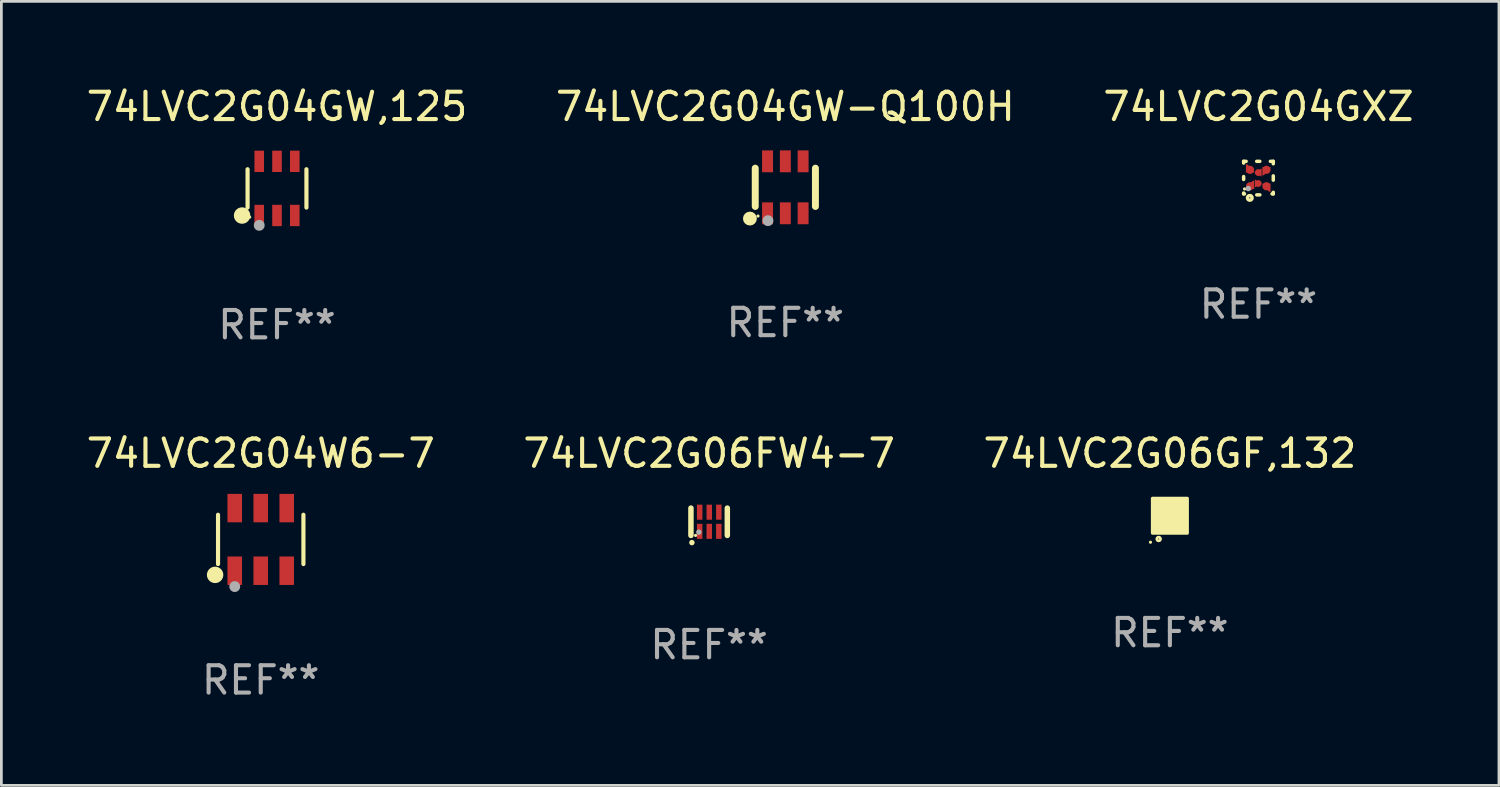
<source format=kicad_pcb>
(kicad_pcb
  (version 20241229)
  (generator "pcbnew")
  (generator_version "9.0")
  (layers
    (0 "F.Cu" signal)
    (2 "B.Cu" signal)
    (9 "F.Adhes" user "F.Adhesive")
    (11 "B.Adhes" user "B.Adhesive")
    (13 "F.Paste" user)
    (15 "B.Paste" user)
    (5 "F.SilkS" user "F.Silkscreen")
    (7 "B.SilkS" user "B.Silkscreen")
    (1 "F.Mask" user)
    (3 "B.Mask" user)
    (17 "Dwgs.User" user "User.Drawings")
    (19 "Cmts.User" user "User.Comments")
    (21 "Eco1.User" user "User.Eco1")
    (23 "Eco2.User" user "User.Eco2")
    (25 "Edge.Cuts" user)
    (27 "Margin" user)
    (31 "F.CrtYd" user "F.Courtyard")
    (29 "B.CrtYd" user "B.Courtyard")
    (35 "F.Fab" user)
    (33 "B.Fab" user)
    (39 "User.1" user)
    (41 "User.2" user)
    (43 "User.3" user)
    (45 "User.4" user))
  (footprint "74LVC2G04GXZ"
    (layer "F.Cu")
    (at 42.958 3.461)
    (property "Reference" "74LVC2G04GXZ" (at 0 -2.613 0) (layer "F.SilkS") (effects (font (size 1 1) (thickness 0.15))))
    (attr through_hole)
    (fp_line (start -0.542 -0.613) (end -0.451 -0.613) (stroke (width 0.127) (type solid)) (layer "F.SilkS"))
    (fp_line (start -0.542 -0.55) (end -0.542 -0.613) (stroke (width 0.127) (type solid)) (layer "F.SilkS"))
    (fp_line (start -0.542 0.05) (end -0.542 -0.055) (stroke (width 0.127) (type solid)) (layer "F.SilkS"))
    (fp_line (start -0.542 0.577) (end -0.542 0.545) (stroke (width 0.127) (type solid)) (layer "F.SilkS"))
    (fp_line (start -0.512 0.577) (end -0.542 0.577) (stroke (width 0.127) (type solid)) (layer "F.SilkS"))
    (fp_line (start -0.064 -0.613) (end 0.049 -0.613) (stroke (width 0.127) (type solid)) (layer "F.SilkS"))
    (fp_line (start -0.062 0.613) (end 0.051 0.613) (stroke (width 0.127) (type solid)) (layer "F.SilkS"))
    (fp_line (start 0.436 -0.613) (end 0.542 -0.613) (stroke (width 0.127) (type solid)) (layer "F.SilkS"))
    (fp_line (start 0.542 -0.613) (end 0.542 -0.524) (stroke (width 0.127) (type solid)) (layer "F.SilkS"))
    (fp_line (start 0.542 -0.081) (end 0.542 0.076) (stroke (width 0.127) (type solid)) (layer "F.SilkS"))
    (fp_line (start 0.542 0.519) (end 0.542 0.577) (stroke (width 0.127) (type solid)) (layer "F.SilkS"))
    (fp_line (start 0.542 0.577) (end 0.497 0.577) (stroke (width 0.127) (type solid)) (layer "F.SilkS"))
    (fp_circle (center -0.508 0.397) (end -0.478 0.397) (stroke (width 0.06) (type solid)) (fill no) (layer "F.SilkS"))
    (fp_circle (center -0.317 0.723) (end -0.296 0.723) (stroke (width 0.127) (type solid)) (fill no) (layer "F.SilkS"))
    (fp_circle (center -0.373 0.382) (end -0.322 0.382) (stroke (width 0.1) (type solid)) (fill no) (layer "F.Fab"))
    (fp_text user "REF**" (at 0 4.613 0) (layer "F.Fab") (effects (font (size 1 1) (thickness 0.15))))
    (pad "1" smd custom (at -0.308 0.298 90) (size 0.3 0.3) (layers "F.Cu" "F.Mask" "F.Paste") (options (anchor circle)) (primitives (gr_poly (pts (xy -0.1 0.15) (xy 0.2 0.15) (xy 0.2 0.1) (xy -0.05 -0.15) (xy -0.1 -0.15)) (width 0) (fill yes))))
    (pad "2" smd custom (at -0.008 0.197 90) (size 0.25 0.3) (layers "F.Cu" "F.Mask" "F.Paste") (options (anchor circle)) (primitives (gr_poly (pts (xy -0.15 -0.125) (xy 0.15 -0.125) (xy 0.000076 0.125)) (width 0) (fill yes))))
    (pad "3" smd custom (at 0.292 0.298 90) (size 0.3 0.3) (layers "F.Cu" "F.Mask" "F.Paste") (options (anchor circle)) (primitives (gr_poly (pts (xy 0.1 0.15) (xy 0.1 -0.15) (xy 0.05 -0.15) (xy -0.2 0.1) (xy -0.2 0.15)) (width 0) (fill yes))))
    (pad "4" smd custom (at 0.292 -0.302 90) (size 0.3 0.3) (layers "F.Cu" "F.Mask" "F.Paste") (options (anchor circle)) (primitives (gr_poly (pts (xy 0.1 -0.15) (xy -0.2 -0.15) (xy -0.2 -0.1) (xy 0.05 0.15) (xy 0.1 0.15)) (width 0) (fill yes))))
    (pad "5" smd custom (at -0.008 -0.202 90) (size 0.25 0.3) (layers "F.Cu" "F.Mask" "F.Paste") (options (anchor circle)) (primitives (gr_poly (pts (xy -0.15 0.125) (xy 0.15 0.125) (xy 0.000051 -0.125)) (width 0) (fill yes))))
    (pad "6" smd custom (at -0.308 -0.302 90) (size 0.3 0.3) (layers "F.Cu" "F.Mask" "F.Paste") (options (anchor circle)) (primitives (gr_poly (pts (xy -0.1 -0.15) (xy 0.2 -0.15) (xy 0.2 -0.1) (xy -0.05 0.15) (xy -0.1 0.15)) (width 0) (fill yes)))))
  (footprint "74LVC2G04W6-7"
    (layer "F.Cu")
    (at 6.482 16.67)
    (property "Reference" "74LVC2G04W6-7" (at 0 -3.145 0) (layer "F.SilkS") (effects (font (size 1 1) (thickness 0.15))))
    (attr through_hole)
    (fp_line (start -1.561 0.901) (end -1.561 -0.901) (stroke (width 0.152) (type solid)) (layer "F.SilkS"))
    (fp_line (start 1.561 0.901) (end 1.561 -0.901) (stroke (width 0.152) (type solid)) (layer "F.SilkS"))
    (fp_circle (center -1.668 1.297) (end -1.518 1.297) (stroke (width 0.3) (type solid)) (fill no) (layer "F.SilkS"))
    (fp_circle (center -1.485 1.425) (end -1.455 1.425) (stroke (width 0.06) (type solid)) (fill no) (layer "F.SilkS"))
    (fp_circle (center -0.95 1.725) (end -0.85 1.725) (stroke (width 0.2) (type solid)) (fill no) (layer "F.Fab"))
    (fp_text user "REF**" (at 0 5.145 0) (layer "F.Fab") (effects (font (size 1 1) (thickness 0.15))))
    (pad "1" smd rect (at -0.95 1.145) (size 0.532 1.04) (layers "F.Cu" "F.Mask" "F.Paste"))
    (pad "2" smd rect (at 0 1.145) (size 0.532 1.04) (layers "F.Cu" "F.Mask" "F.Paste"))
    (pad "3" smd rect (at 0.95 1.145) (size 0.532 1.04) (layers "F.Cu" "F.Mask" "F.Paste"))
    (pad "4" smd rect (at 0.95 -1.145) (size 0.532 1.04) (layers "F.Cu" "F.Mask" "F.Paste"))
    (pad "5" smd rect (at 0 -1.145) (size 0.532 1.04) (layers "F.Cu" "F.Mask" "F.Paste"))
    (pad "6" smd rect (at -0.95 -1.145) (size 0.532 1.04) (layers "F.Cu" "F.Mask" "F.Paste")))
  (footprint "74LVC2G06FW4-7"
    (layer "F.Cu")
    (at 22.875 16.025)
    (property "Reference" "74LVC2G06FW4-7" (at 0 -2.5 0) (layer "F.SilkS") (effects (font (size 1 1) (thickness 0.15))))
    (attr through_hole)
    (fp_line (start -0.665 0.5) (end -0.665 -0.5) (stroke (width 0.2) (type solid)) (layer "F.SilkS"))
    (fp_line (start 0.665 0.5) (end 0.665 -0.5) (stroke (width 0.2) (type solid)) (layer "F.SilkS"))
    (fp_circle (center -0.63 0.762) (end -0.58 0.762) (stroke (width 0.1) (type solid)) (fill no) (layer "F.SilkS"))
    (fp_circle (center -0.495 0.5) (end -0.465 0.5) (stroke (width 0.06) (type solid)) (fill no) (layer "F.SilkS"))
    (fp_circle (center -0.376 0.381) (end -0.326 0.381) (stroke (width 0.1) (type solid)) (fill no) (layer "F.Fab"))
    (fp_text user "REF**" (at 0 4.5 0) (layer "F.Fab") (effects (font (size 1 1) (thickness 0.15))))
    (pad "1" smd rect (at -0.345 0.35 180) (size 0.2 0.55) (layers "F.Cu" "F.Mask" "F.Paste"))
    (pad "2" smd rect (at 0.005 0.35 180) (size 0.2 0.55) (layers "F.Cu" "F.Mask" "F.Paste"))
    (pad "3" smd rect (at 0.355 0.35 180) (size 0.2 0.55) (layers "F.Cu" "F.Mask" "F.Paste"))
    (pad "4" smd rect (at 0.355 -0.35 180) (size 0.2 0.55) (layers "F.Cu" "F.Mask" "F.Paste"))
    (pad "5" smd rect (at 0.005 -0.35 180) (size 0.2 0.55) (layers "F.Cu" "F.Mask" "F.Paste"))
    (pad "6" smd rect (at -0.345 -0.35 180) (size 0.2 0.55) (layers "F.Cu" "F.Mask" "F.Paste")))
  (footprint "74LVC2G06GF,132"
    (layer "F.Cu")
    (at 39.72 15.805)
    (property "Reference" "74LVC2G06GF,132" (at 0 -2.28 0) (layer "F.SilkS") (effects (font (size 1 1) (thickness 0.15))))
    (attr through_hole)
    (fp_circle (center -0.71 0.968) (end -0.68 0.968) (stroke (width 0.06) (type solid)) (fill no) (layer "F.SilkS"))
    (fp_circle (center -0.41 0.85) (end -0.342 0.85) (stroke (width 0.1) (type solid)) (fill no) (layer "F.SilkS"))
    (fp_poly (pts (xy -0.635 -0.635) (xy 0.635 -0.635) (xy 0.635 0.635) (xy -0.635 0.635)) (stroke (width 0.12) (type solid)) (fill yes) (layer "F.SilkS"))
    (fp_text user "REF**" (at 0 4.28 0) (layer "F.Fab") (effects (font (size 1 1) (thickness 0.15))))
    (pad "1" smd rect (at -0.35 0.28 90) (size 0.35 0.2) (layers "F.Cu" "F.Mask" "F.Paste"))
    (pad "2" smd rect (at 0 0.28 90) (size 0.35 0.2) (layers "F.Cu" "F.Mask" "F.Paste"))
    (pad "3" smd rect (at 0.35 0.28 90) (size 0.35 0.2) (layers "F.Cu" "F.Mask" "F.Paste"))
    (pad "4" smd rect (at 0.35 -0.28 90) (size 0.35 0.2) (layers "F.Cu" "F.Mask" "F.Paste"))
    (pad "5" smd rect (at 0 -0.28 90) (size 0.35 0.2) (layers "F.Cu" "F.Mask" "F.Paste"))
    (pad "6" smd rect (at -0.35 -0.28 90) (size 0.35 0.2) (layers "F.Cu" "F.Mask" "F.Paste")))
  (footprint "74LVC2G04GW-Q100H"
    (layer "F.Cu")
    (at 25.661 3.798)
    (property "Reference" "74LVC2G04GW-Q100H" (at 0 -2.95 0) (layer "F.SilkS") (effects (font (size 1 1) (thickness 0.15))))
    (attr through_hole)
    (fp_line (start -1.1 -0.7) (end -1.1 0.7) (stroke (width 0.254) (type solid)) (layer "F.SilkS"))
    (fp_line (start 1.1 -0.7) (end 1.1 0.7) (stroke (width 0.254) (type solid)) (layer "F.SilkS"))
    (fp_circle (center -1.295 1.143) (end -1.168 1.143) (stroke (width 0.254) (type solid)) (fill no) (layer "F.SilkS"))
    (fp_circle (center -1 1.05) (end -0.97 1.05) (stroke (width 0.06) (type solid)) (fill no) (layer "F.SilkS"))
    (fp_circle (center -0.635 1.219) (end -0.535 1.219) (stroke (width 0.2) (type solid)) (fill no) (layer "F.Fab"))
    (fp_text user "REF**" (at 0 4.95 0) (layer "F.Fab") (effects (font (size 1 1) (thickness 0.15))))
    (pad "1" smd rect (at -0.65 0.95) (size 0.4 0.8) (layers "F.Cu" "F.Mask" "F.Paste"))
    (pad "2" smd rect (at 0 0.95) (size 0.4 0.8) (layers "F.Cu" "F.Mask" "F.Paste"))
    (pad "3" smd rect (at 0.65 0.95) (size 0.4 0.8) (layers "F.Cu" "F.Mask" "F.Paste"))
    (pad "4" smd rect (at 0.65 -0.95) (size 0.4 0.8) (layers "F.Cu" "F.Mask" "F.Paste"))
    (pad "5" smd rect (at 0 -0.95) (size 0.4 0.8) (layers "F.Cu" "F.Mask" "F.Paste"))
    (pad "6" smd rect (at -0.65 -0.95) (size 0.4 0.8) (layers "F.Cu" "F.Mask" "F.Paste")))
  (footprint "74LVC2G04GW,125"
    (layer "F.Cu")
    (at 7.077 3.838)
    (property "Reference" "74LVC2G04GW,125" (at 0 -2.99 0) (layer "F.SilkS") (effects (font (size 1 1) (thickness 0.15))))
    (attr through_hole)
    (fp_line (start -1.076 0.701) (end -1.076 -0.701) (stroke (width 0.152) (type solid)) (layer "F.SilkS"))
    (fp_line (start 1.076 0.701) (end 1.076 -0.701) (stroke (width 0.152) (type solid)) (layer "F.SilkS"))
    (fp_circle (center -1.277 0.992) (end -1.127 0.992) (stroke (width 0.3) (type solid)) (fill no) (layer "F.SilkS"))
    (fp_circle (center -1 1.05) (end -0.97 1.05) (stroke (width 0.06) (type solid)) (fill no) (layer "F.SilkS"))
    (fp_circle (center -0.65 1.35) (end -0.55 1.35) (stroke (width 0.2) (type solid)) (fill no) (layer "F.Fab"))
    (fp_text user "REF**" (at 0 4.99 0) (layer "F.Fab") (effects (font (size 1 1) (thickness 0.15))))
    (pad "1" smd rect (at -0.65 0.99) (size 0.35 0.78) (layers "F.Cu" "F.Mask" "F.Paste"))
    (pad "2" smd rect (at 0 0.99) (size 0.35 0.78) (layers "F.Cu" "F.Mask" "F.Paste"))
    (pad "3" smd rect (at 0.65 0.99) (size 0.35 0.78) (layers "F.Cu" "F.Mask" "F.Paste"))
    (pad "4" smd rect (at 0.65 -0.99) (size 0.35 0.78) (layers "F.Cu" "F.Mask" "F.Paste"))
    (pad "5" smd rect (at 0 -0.99) (size 0.35 0.78) (layers "F.Cu" "F.Mask" "F.Paste"))
    (pad "6" smd rect (at -0.65 -0.99) (size 0.35 0.78) (layers "F.Cu" "F.Mask" "F.Paste")))
  (gr_rect
    (start -3 -3)
    (end 51.75 25.663)
    (stroke (width 0.1) (type default))
    (fill no)
    (layer "Edge.Cuts")))
</source>
